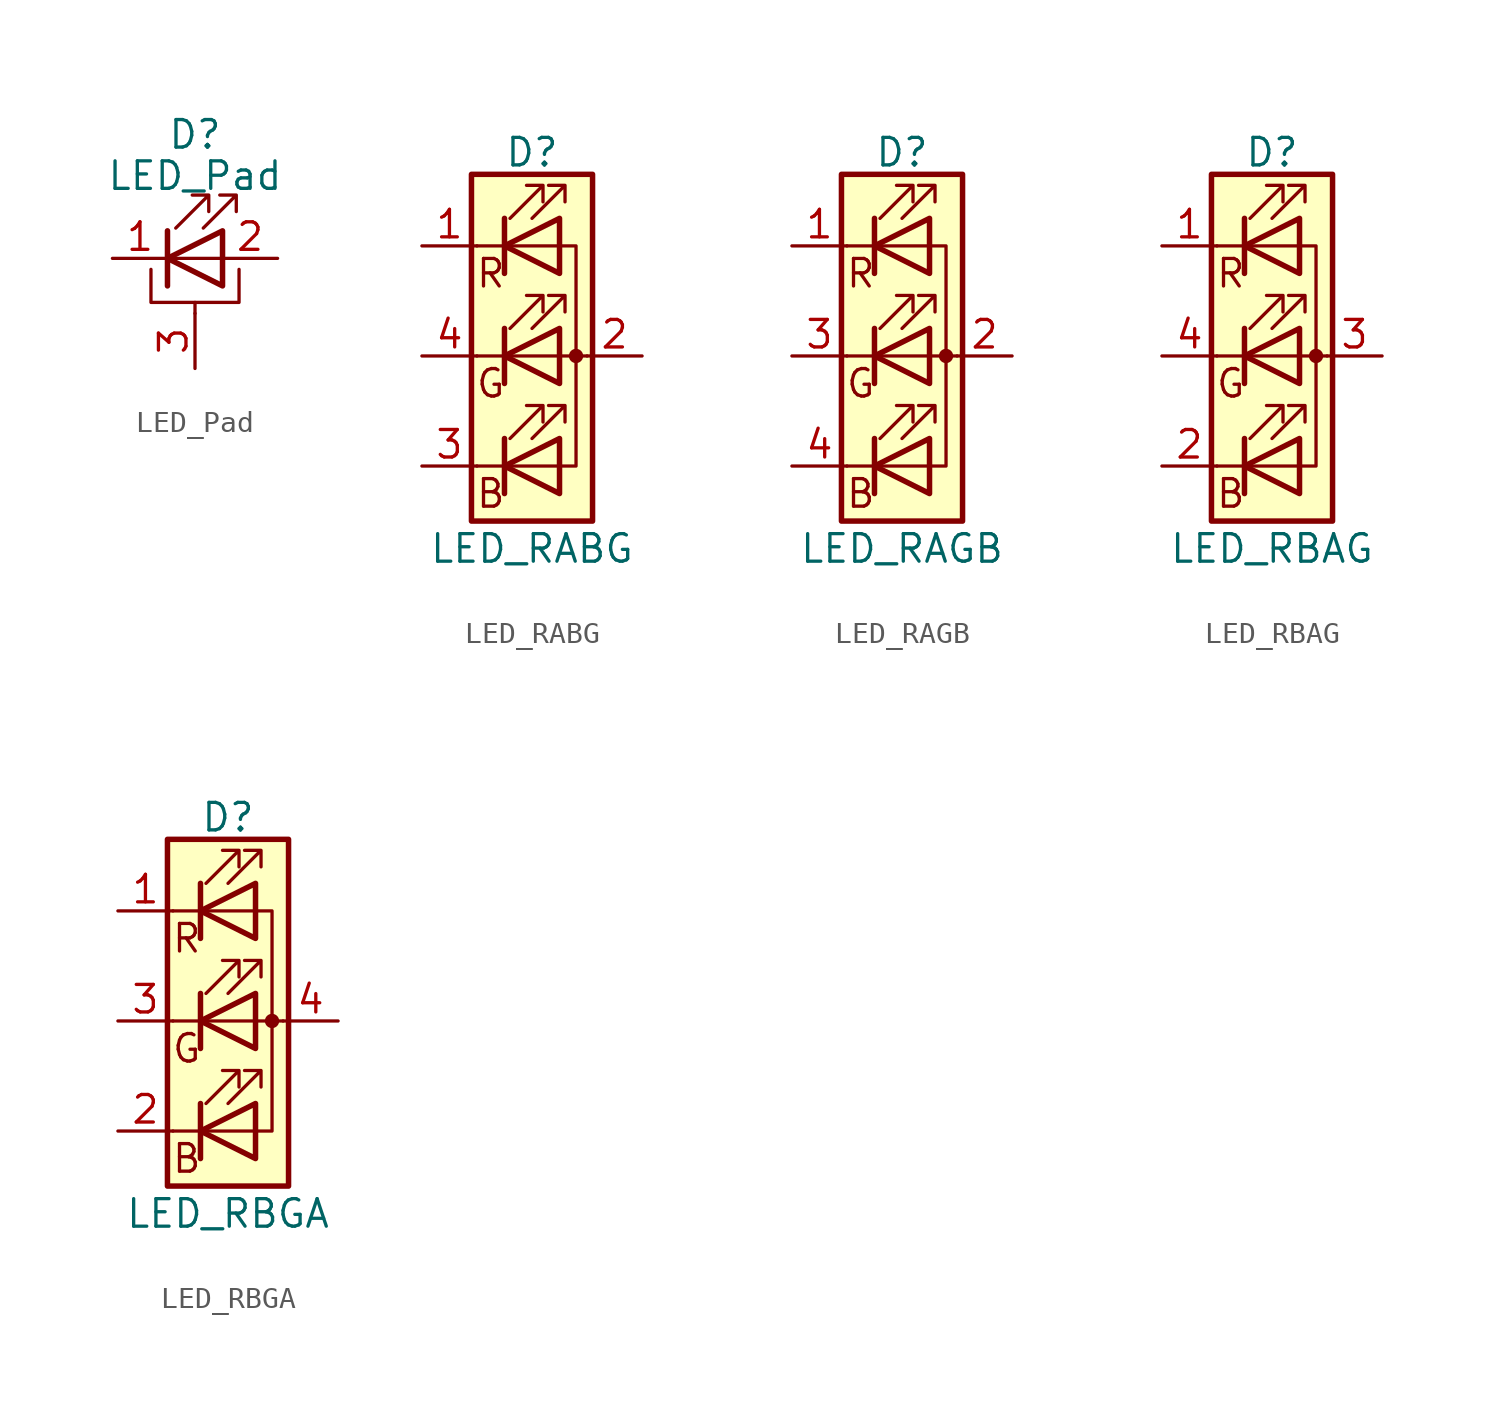
<source format=kicad_sym>
(kicad_symbol_lib
  (version 20201005)
  (generator kicad_symbol_editor)
  (symbol "LED_Pad"
    (pin_names
      (offset 1.016) hide)
    (property "Reference" "D"
      (at 0 5.715 0)
      (effects (font (size 1.27 1.27))))
    (property "Value" "LED_Pad"
      (at 0 3.81 0)
      (effects (font (size 1.27 1.27))))
    (symbol "LED_Pad_0_1"
      (polyline (pts (xy -1.27 -1.27) (xy -1.27 1.27)) (stroke (width 0.254)) (fill (type none)))
      (polyline (pts (xy -1.27 0) (xy 1.27 0)) (stroke (width 0)) (fill (type none)))
      (polyline (pts (xy 0 -2.54) (xy 0 -2.032)) (stroke (width 0)) (fill (type none)))
      (polyline (pts (xy -2.032 -0.508) (xy -2.032 -2.032) (xy 2.032 -2.032) (xy 2.032 -0.508)) (stroke (width 0)) (fill (type none)))
      (polyline (pts (xy 1.27 -1.27) (xy 1.27 1.27) (xy -1.27 0) (xy 1.27 -1.27)) (stroke (width 0.254)) (fill (type none)))
      (polyline (pts (xy -0.889 1.397) (xy 0.635 2.921) (xy -0.127 2.921) (xy 0.635 2.921) (xy 0.635 2.159)) (stroke (width 0)) (fill (type none)))
      (polyline (pts (xy 0.381 1.397) (xy 1.905 2.921) (xy 1.143 2.921) (xy 1.905 2.921) (xy 1.905 2.159)) (stroke (width 0)) (fill (type none))))
    (symbol "LED_Pad_1_1"
      (pin passive line (at -3.81 0 0) (length 2.54) (name "K" (effects (font (size 1.27 1.27)))) (number "1" (effects (font (size 1.27 1.27)))))
      (pin passive line (at 3.81 0 180) (length 2.54) (name "A" (effects (font (size 1.27 1.27)))) (number "2" (effects (font (size 1.27 1.27)))))
      (pin passive line (at 0 -5.08 90) (length 2.54) (name "PAD" (effects (font (size 1.27 1.27)))) (number "3" (effects (font (size 1.27 1.27)))))))
  (symbol "LED_RABG"
    (pin_names
      (offset 0) hide)
    (property "Reference" "D"
      (at 0 9.398 0)
      (effects (font (size 1.27 1.27))))
    (property "Value" "LED_RABG"
      (at 0 -8.89 0)
      (effects (font (size 1.27 1.27))))
    (symbol "LED_RABG_0_0"
      (text "B" (at -1.905 -6.35 0) (effects (font (size 1.27 1.27))))
      (text "G" (at -1.905 -1.27 0) (effects (font (size 1.27 1.27))))
      (text "R" (at -1.905 3.81 0) (effects (font (size 1.27 1.27)))))
    (symbol "LED_RABG_0_1"
      (circle (center 2.032 0) (radius 0.254) (stroke (width 0)) (fill (type outline)))
      (rectangle (start 1.27 -1.27) (end 1.27 1.27) (stroke (width 0)) (fill (type none)))
      (rectangle (start 1.27 1.27) (end 1.27 1.27) (stroke (width 0)) (fill (type none)))
      (rectangle (start 1.27 3.81) (end 1.27 6.35) (stroke (width 0)) (fill (type none)))
      (rectangle (start 1.27 6.35) (end 1.27 6.35) (stroke (width 0)) (fill (type none)))
      (rectangle (start 2.794 8.382) (end -2.794 -7.62) (stroke (width 0.254)) (fill (type background)))
      (polyline (pts (xy -1.27 -5.08) (xy -2.54 -5.08)) (stroke (width 0)) (fill (type none)))
      (polyline (pts (xy -1.27 -5.08) (xy 1.27 -5.08)) (stroke (width 0)) (fill (type none)))
      (polyline (pts (xy -1.27 -3.81) (xy -1.27 -6.35)) (stroke (width 0.254)) (fill (type none)))
      (polyline (pts (xy -1.27 0) (xy -2.54 0)) (stroke (width 0)) (fill (type none)))
      (polyline (pts (xy -1.27 1.27) (xy -1.27 -1.27)) (stroke (width 0.254)) (fill (type none)))
      (polyline (pts (xy -1.27 5.08) (xy -2.54 5.08)) (stroke (width 0)) (fill (type none)))
      (polyline (pts (xy -1.27 5.08) (xy 1.27 5.08)) (stroke (width 0)) (fill (type none)))
      (polyline (pts (xy -1.27 6.35) (xy -1.27 3.81)) (stroke (width 0.254)) (fill (type none)))
      (polyline (pts (xy 1.27 0) (xy -1.27 0)) (stroke (width 0)) (fill (type none)))
      (polyline (pts (xy 1.27 0) (xy 2.54 0)) (stroke (width 0)) (fill (type none)))
      (polyline (pts (xy -1.27 1.27) (xy -1.27 -1.27) (xy -1.27 -1.27)) (stroke (width 0)) (fill (type none)))
      (polyline (pts (xy -1.27 6.35) (xy -1.27 3.81) (xy -1.27 3.81)) (stroke (width 0)) (fill (type none)))
      (polyline (pts (xy 1.27 -5.08) (xy 2.032 -5.08) (xy 2.032 5.08) (xy 1.27 5.08)) (stroke (width 0)) (fill (type none)))
      (polyline (pts (xy 1.27 -3.81) (xy 1.27 -6.35) (xy -1.27 -5.08) (xy 1.27 -3.81)) (stroke (width 0.254)) (fill (type none)))
      (polyline (pts (xy 1.27 1.27) (xy 1.27 -1.27) (xy -1.27 0) (xy 1.27 1.27)) (stroke (width 0.254)) (fill (type none)))
      (polyline (pts (xy 1.27 6.35) (xy 1.27 3.81) (xy -1.27 5.08) (xy 1.27 6.35)) (stroke (width 0.254)) (fill (type none)))
      (polyline (pts (xy -1.016 -3.81) (xy 0.508 -2.286) (xy -0.254 -2.286) (xy 0.508 -2.286) (xy 0.508 -3.048)) (stroke (width 0)) (fill (type none)))
      (polyline (pts (xy -1.016 1.27) (xy 0.508 2.794) (xy -0.254 2.794) (xy 0.508 2.794) (xy 0.508 2.032)) (stroke (width 0)) (fill (type none)))
      (polyline (pts (xy -1.016 6.35) (xy 0.508 7.874) (xy -0.254 7.874) (xy 0.508 7.874) (xy 0.508 7.112)) (stroke (width 0)) (fill (type none)))
      (polyline (pts (xy 0 -3.81) (xy 1.524 -2.286) (xy 0.762 -2.286) (xy 1.524 -2.286) (xy 1.524 -3.048)) (stroke (width 0)) (fill (type none)))
      (polyline (pts (xy 0 1.27) (xy 1.524 2.794) (xy 0.762 2.794) (xy 1.524 2.794) (xy 1.524 2.032)) (stroke (width 0)) (fill (type none)))
      (polyline (pts (xy 0 6.35) (xy 1.524 7.874) (xy 0.762 7.874) (xy 1.524 7.874) (xy 1.524 7.112)) (stroke (width 0)) (fill (type none))))
    (symbol "LED_RABG_1_1"
      (pin passive line (at -5.08 5.08 0) (length 2.54) (name "RK" (effects (font (size 1.27 1.27)))) (number "1" (effects (font (size 1.27 1.27)))))
      (pin passive line (at 5.08 0 180) (length 2.54) (name "A" (effects (font (size 1.27 1.27)))) (number "2" (effects (font (size 1.27 1.27)))))
      (pin passive line (at -5.08 -5.08 0) (length 2.54) (name "BK" (effects (font (size 1.27 1.27)))) (number "3" (effects (font (size 1.27 1.27)))))
      (pin passive line (at -5.08 0 0) (length 2.54) (name "GK" (effects (font (size 1.27 1.27)))) (number "4" (effects (font (size 1.27 1.27)))))))
  (symbol "LED_RAGB"
    (pin_names
      (offset 0) hide)
    (property "Reference" "D"
      (at 0 9.398 0)
      (effects (font (size 1.27 1.27))))
    (property "Value" "LED_RAGB"
      (at 0 -8.89 0)
      (effects (font (size 1.27 1.27))))
    (symbol "LED_RAGB_0_0"
      (text "B" (at -1.905 -6.35 0) (effects (font (size 1.27 1.27))))
      (text "G" (at -1.905 -1.27 0) (effects (font (size 1.27 1.27))))
      (text "R" (at -1.905 3.81 0) (effects (font (size 1.27 1.27)))))
    (symbol "LED_RAGB_0_1"
      (circle (center 2.032 0) (radius 0.254) (stroke (width 0)) (fill (type outline)))
      (rectangle (start 1.27 -1.27) (end 1.27 1.27) (stroke (width 0)) (fill (type none)))
      (rectangle (start 1.27 1.27) (end 1.27 1.27) (stroke (width 0)) (fill (type none)))
      (rectangle (start 1.27 3.81) (end 1.27 6.35) (stroke (width 0)) (fill (type none)))
      (rectangle (start 1.27 6.35) (end 1.27 6.35) (stroke (width 0)) (fill (type none)))
      (rectangle (start 2.794 8.382) (end -2.794 -7.62) (stroke (width 0.254)) (fill (type background)))
      (polyline (pts (xy -1.27 -5.08) (xy -2.54 -5.08)) (stroke (width 0)) (fill (type none)))
      (polyline (pts (xy -1.27 -5.08) (xy 1.27 -5.08)) (stroke (width 0)) (fill (type none)))
      (polyline (pts (xy -1.27 -3.81) (xy -1.27 -6.35)) (stroke (width 0.254)) (fill (type none)))
      (polyline (pts (xy -1.27 0) (xy -2.54 0)) (stroke (width 0)) (fill (type none)))
      (polyline (pts (xy -1.27 1.27) (xy -1.27 -1.27)) (stroke (width 0.254)) (fill (type none)))
      (polyline (pts (xy -1.27 5.08) (xy -2.54 5.08)) (stroke (width 0)) (fill (type none)))
      (polyline (pts (xy -1.27 5.08) (xy 1.27 5.08)) (stroke (width 0)) (fill (type none)))
      (polyline (pts (xy -1.27 6.35) (xy -1.27 3.81)) (stroke (width 0.254)) (fill (type none)))
      (polyline (pts (xy 1.27 0) (xy -1.27 0)) (stroke (width 0)) (fill (type none)))
      (polyline (pts (xy 1.27 0) (xy 2.54 0)) (stroke (width 0)) (fill (type none)))
      (polyline (pts (xy -1.27 1.27) (xy -1.27 -1.27) (xy -1.27 -1.27)) (stroke (width 0)) (fill (type none)))
      (polyline (pts (xy -1.27 6.35) (xy -1.27 3.81) (xy -1.27 3.81)) (stroke (width 0)) (fill (type none)))
      (polyline (pts (xy 1.27 -5.08) (xy 2.032 -5.08) (xy 2.032 5.08) (xy 1.27 5.08)) (stroke (width 0)) (fill (type none)))
      (polyline (pts (xy 1.27 -3.81) (xy 1.27 -6.35) (xy -1.27 -5.08) (xy 1.27 -3.81)) (stroke (width 0.254)) (fill (type none)))
      (polyline (pts (xy 1.27 1.27) (xy 1.27 -1.27) (xy -1.27 0) (xy 1.27 1.27)) (stroke (width 0.254)) (fill (type none)))
      (polyline (pts (xy 1.27 6.35) (xy 1.27 3.81) (xy -1.27 5.08) (xy 1.27 6.35)) (stroke (width 0.254)) (fill (type none)))
      (polyline (pts (xy -1.016 -3.81) (xy 0.508 -2.286) (xy -0.254 -2.286) (xy 0.508 -2.286) (xy 0.508 -3.048)) (stroke (width 0)) (fill (type none)))
      (polyline (pts (xy -1.016 1.27) (xy 0.508 2.794) (xy -0.254 2.794) (xy 0.508 2.794) (xy 0.508 2.032)) (stroke (width 0)) (fill (type none)))
      (polyline (pts (xy -1.016 6.35) (xy 0.508 7.874) (xy -0.254 7.874) (xy 0.508 7.874) (xy 0.508 7.112)) (stroke (width 0)) (fill (type none)))
      (polyline (pts (xy 0 -3.81) (xy 1.524 -2.286) (xy 0.762 -2.286) (xy 1.524 -2.286) (xy 1.524 -3.048)) (stroke (width 0)) (fill (type none)))
      (polyline (pts (xy 0 1.27) (xy 1.524 2.794) (xy 0.762 2.794) (xy 1.524 2.794) (xy 1.524 2.032)) (stroke (width 0)) (fill (type none)))
      (polyline (pts (xy 0 6.35) (xy 1.524 7.874) (xy 0.762 7.874) (xy 1.524 7.874) (xy 1.524 7.112)) (stroke (width 0)) (fill (type none))))
    (symbol "LED_RAGB_1_1"
      (pin passive line (at -5.08 5.08 0) (length 2.54) (name "RK" (effects (font (size 1.27 1.27)))) (number "1" (effects (font (size 1.27 1.27)))))
      (pin passive line (at 5.08 0 180) (length 2.54) (name "A" (effects (font (size 1.27 1.27)))) (number "2" (effects (font (size 1.27 1.27)))))
      (pin passive line (at -5.08 0 0) (length 2.54) (name "GK" (effects (font (size 1.27 1.27)))) (number "3" (effects (font (size 1.27 1.27)))))
      (pin passive line (at -5.08 -5.08 0) (length 2.54) (name "BK" (effects (font (size 1.27 1.27)))) (number "4" (effects (font (size 1.27 1.27)))))))
  (symbol "LED_RBAG"
    (pin_names
      (offset 0) hide)
    (property "Reference" "D"
      (at 0 9.398 0)
      (effects (font (size 1.27 1.27))))
    (property "Value" "LED_RBAG"
      (at 0 -8.89 0)
      (effects (font (size 1.27 1.27))))
    (symbol "LED_RBAG_0_0"
      (text "B" (at -1.905 -6.35 0) (effects (font (size 1.27 1.27))))
      (text "G" (at -1.905 -1.27 0) (effects (font (size 1.27 1.27))))
      (text "R" (at -1.905 3.81 0) (effects (font (size 1.27 1.27)))))
    (symbol "LED_RBAG_0_1"
      (circle (center 2.032 0) (radius 0.254) (stroke (width 0)) (fill (type outline)))
      (rectangle (start 1.27 -1.27) (end 1.27 1.27) (stroke (width 0)) (fill (type none)))
      (rectangle (start 1.27 1.27) (end 1.27 1.27) (stroke (width 0)) (fill (type none)))
      (rectangle (start 1.27 3.81) (end 1.27 6.35) (stroke (width 0)) (fill (type none)))
      (rectangle (start 1.27 6.35) (end 1.27 6.35) (stroke (width 0)) (fill (type none)))
      (rectangle (start 2.794 8.382) (end -2.794 -7.62) (stroke (width 0.254)) (fill (type background)))
      (polyline (pts (xy -1.27 -5.08) (xy -2.54 -5.08)) (stroke (width 0)) (fill (type none)))
      (polyline (pts (xy -1.27 -5.08) (xy 1.27 -5.08)) (stroke (width 0)) (fill (type none)))
      (polyline (pts (xy -1.27 -3.81) (xy -1.27 -6.35)) (stroke (width 0.254)) (fill (type none)))
      (polyline (pts (xy -1.27 0) (xy -2.54 0)) (stroke (width 0)) (fill (type none)))
      (polyline (pts (xy -1.27 1.27) (xy -1.27 -1.27)) (stroke (width 0.254)) (fill (type none)))
      (polyline (pts (xy -1.27 5.08) (xy -2.54 5.08)) (stroke (width 0)) (fill (type none)))
      (polyline (pts (xy -1.27 5.08) (xy 1.27 5.08)) (stroke (width 0)) (fill (type none)))
      (polyline (pts (xy -1.27 6.35) (xy -1.27 3.81)) (stroke (width 0.254)) (fill (type none)))
      (polyline (pts (xy 1.27 0) (xy -1.27 0)) (stroke (width 0)) (fill (type none)))
      (polyline (pts (xy 1.27 0) (xy 2.54 0)) (stroke (width 0)) (fill (type none)))
      (polyline (pts (xy -1.27 1.27) (xy -1.27 -1.27) (xy -1.27 -1.27)) (stroke (width 0)) (fill (type none)))
      (polyline (pts (xy -1.27 6.35) (xy -1.27 3.81) (xy -1.27 3.81)) (stroke (width 0)) (fill (type none)))
      (polyline (pts (xy 1.27 -5.08) (xy 2.032 -5.08) (xy 2.032 5.08) (xy 1.27 5.08)) (stroke (width 0)) (fill (type none)))
      (polyline (pts (xy 1.27 -3.81) (xy 1.27 -6.35) (xy -1.27 -5.08) (xy 1.27 -3.81)) (stroke (width 0.254)) (fill (type none)))
      (polyline (pts (xy 1.27 1.27) (xy 1.27 -1.27) (xy -1.27 0) (xy 1.27 1.27)) (stroke (width 0.254)) (fill (type none)))
      (polyline (pts (xy 1.27 6.35) (xy 1.27 3.81) (xy -1.27 5.08) (xy 1.27 6.35)) (stroke (width 0.254)) (fill (type none)))
      (polyline (pts (xy -1.016 -3.81) (xy 0.508 -2.286) (xy -0.254 -2.286) (xy 0.508 -2.286) (xy 0.508 -3.048)) (stroke (width 0)) (fill (type none)))
      (polyline (pts (xy -1.016 1.27) (xy 0.508 2.794) (xy -0.254 2.794) (xy 0.508 2.794) (xy 0.508 2.032)) (stroke (width 0)) (fill (type none)))
      (polyline (pts (xy -1.016 6.35) (xy 0.508 7.874) (xy -0.254 7.874) (xy 0.508 7.874) (xy 0.508 7.112)) (stroke (width 0)) (fill (type none)))
      (polyline (pts (xy 0 -3.81) (xy 1.524 -2.286) (xy 0.762 -2.286) (xy 1.524 -2.286) (xy 1.524 -3.048)) (stroke (width 0)) (fill (type none)))
      (polyline (pts (xy 0 1.27) (xy 1.524 2.794) (xy 0.762 2.794) (xy 1.524 2.794) (xy 1.524 2.032)) (stroke (width 0)) (fill (type none)))
      (polyline (pts (xy 0 6.35) (xy 1.524 7.874) (xy 0.762 7.874) (xy 1.524 7.874) (xy 1.524 7.112)) (stroke (width 0)) (fill (type none))))
    (symbol "LED_RBAG_1_1"
      (pin passive line (at -5.08 5.08 0) (length 2.54) (name "RK" (effects (font (size 1.27 1.27)))) (number "1" (effects (font (size 1.27 1.27)))))
      (pin passive line (at -5.08 -5.08 0) (length 2.54) (name "BK" (effects (font (size 1.27 1.27)))) (number "2" (effects (font (size 1.27 1.27)))))
      (pin passive line (at 5.08 0 180) (length 2.54) (name "A" (effects (font (size 1.27 1.27)))) (number "3" (effects (font (size 1.27 1.27)))))
      (pin passive line (at -5.08 0 0) (length 2.54) (name "GK" (effects (font (size 1.27 1.27)))) (number "4" (effects (font (size 1.27 1.27)))))))
  (symbol "LED_RBGA"
    (pin_names
      (offset 0) hide)
    (property "Reference" "D"
      (at 0 9.398 0)
      (effects (font (size 1.27 1.27))))
    (property "Value" "LED_RBGA"
      (at 0 -8.89 0)
      (effects (font (size 1.27 1.27))))
    (symbol "LED_RBGA_0_0"
      (text "B" (at -1.905 -6.35 0) (effects (font (size 1.27 1.27))))
      (text "G" (at -1.905 -1.27 0) (effects (font (size 1.27 1.27))))
      (text "R" (at -1.905 3.81 0) (effects (font (size 1.27 1.27)))))
    (symbol "LED_RBGA_0_1"
      (circle (center 2.032 0) (radius 0.254) (stroke (width 0)) (fill (type outline)))
      (rectangle (start 1.27 -1.27) (end 1.27 1.27) (stroke (width 0)) (fill (type none)))
      (rectangle (start 1.27 1.27) (end 1.27 1.27) (stroke (width 0)) (fill (type none)))
      (rectangle (start 1.27 3.81) (end 1.27 6.35) (stroke (width 0)) (fill (type none)))
      (rectangle (start 1.27 6.35) (end 1.27 6.35) (stroke (width 0)) (fill (type none)))
      (rectangle (start 2.794 8.382) (end -2.794 -7.62) (stroke (width 0.254)) (fill (type background)))
      (polyline (pts (xy -1.27 -5.08) (xy -2.54 -5.08)) (stroke (width 0)) (fill (type none)))
      (polyline (pts (xy -1.27 -5.08) (xy 1.27 -5.08)) (stroke (width 0)) (fill (type none)))
      (polyline (pts (xy -1.27 -3.81) (xy -1.27 -6.35)) (stroke (width 0.254)) (fill (type none)))
      (polyline (pts (xy -1.27 0) (xy -2.54 0)) (stroke (width 0)) (fill (type none)))
      (polyline (pts (xy -1.27 1.27) (xy -1.27 -1.27)) (stroke (width 0.254)) (fill (type none)))
      (polyline (pts (xy -1.27 5.08) (xy -2.54 5.08)) (stroke (width 0)) (fill (type none)))
      (polyline (pts (xy -1.27 5.08) (xy 1.27 5.08)) (stroke (width 0)) (fill (type none)))
      (polyline (pts (xy -1.27 6.35) (xy -1.27 3.81)) (stroke (width 0.254)) (fill (type none)))
      (polyline (pts (xy 1.27 0) (xy -1.27 0)) (stroke (width 0)) (fill (type none)))
      (polyline (pts (xy 1.27 0) (xy 2.54 0)) (stroke (width 0)) (fill (type none)))
      (polyline (pts (xy -1.27 1.27) (xy -1.27 -1.27) (xy -1.27 -1.27)) (stroke (width 0)) (fill (type none)))
      (polyline (pts (xy -1.27 6.35) (xy -1.27 3.81) (xy -1.27 3.81)) (stroke (width 0)) (fill (type none)))
      (polyline (pts (xy 1.27 -5.08) (xy 2.032 -5.08) (xy 2.032 5.08) (xy 1.27 5.08)) (stroke (width 0)) (fill (type none)))
      (polyline (pts (xy 1.27 -3.81) (xy 1.27 -6.35) (xy -1.27 -5.08) (xy 1.27 -3.81)) (stroke (width 0.254)) (fill (type none)))
      (polyline (pts (xy 1.27 1.27) (xy 1.27 -1.27) (xy -1.27 0) (xy 1.27 1.27)) (stroke (width 0.254)) (fill (type none)))
      (polyline (pts (xy 1.27 6.35) (xy 1.27 3.81) (xy -1.27 5.08) (xy 1.27 6.35)) (stroke (width 0.254)) (fill (type none)))
      (polyline (pts (xy -1.016 -3.81) (xy 0.508 -2.286) (xy -0.254 -2.286) (xy 0.508 -2.286) (xy 0.508 -3.048)) (stroke (width 0)) (fill (type none)))
      (polyline (pts (xy -1.016 1.27) (xy 0.508 2.794) (xy -0.254 2.794) (xy 0.508 2.794) (xy 0.508 2.032)) (stroke (width 0)) (fill (type none)))
      (polyline (pts (xy -1.016 6.35) (xy 0.508 7.874) (xy -0.254 7.874) (xy 0.508 7.874) (xy 0.508 7.112)) (stroke (width 0)) (fill (type none)))
      (polyline (pts (xy 0 -3.81) (xy 1.524 -2.286) (xy 0.762 -2.286) (xy 1.524 -2.286) (xy 1.524 -3.048)) (stroke (width 0)) (fill (type none)))
      (polyline (pts (xy 0 1.27) (xy 1.524 2.794) (xy 0.762 2.794) (xy 1.524 2.794) (xy 1.524 2.032)) (stroke (width 0)) (fill (type none)))
      (polyline (pts (xy 0 6.35) (xy 1.524 7.874) (xy 0.762 7.874) (xy 1.524 7.874) (xy 1.524 7.112)) (stroke (width 0)) (fill (type none))))
    (symbol "LED_RBGA_1_1"
      (pin passive line (at -5.08 5.08 0) (length 2.54) (name "RK" (effects (font (size 1.27 1.27)))) (number "1" (effects (font (size 1.27 1.27)))))
      (pin passive line (at -5.08 -5.08 0) (length 2.54) (name "BK" (effects (font (size 1.27 1.27)))) (number "2" (effects (font (size 1.27 1.27)))))
      (pin passive line (at -5.08 0 0) (length 2.54) (name "GK" (effects (font (size 1.27 1.27)))) (number "3" (effects (font (size 1.27 1.27)))))
      (pin passive line (at 5.08 0 180) (length 2.54) (name "A" (effects (font (size 1.27 1.27)))) (number "4" (effects (font (size 1.27 1.27))))))))
</source>
